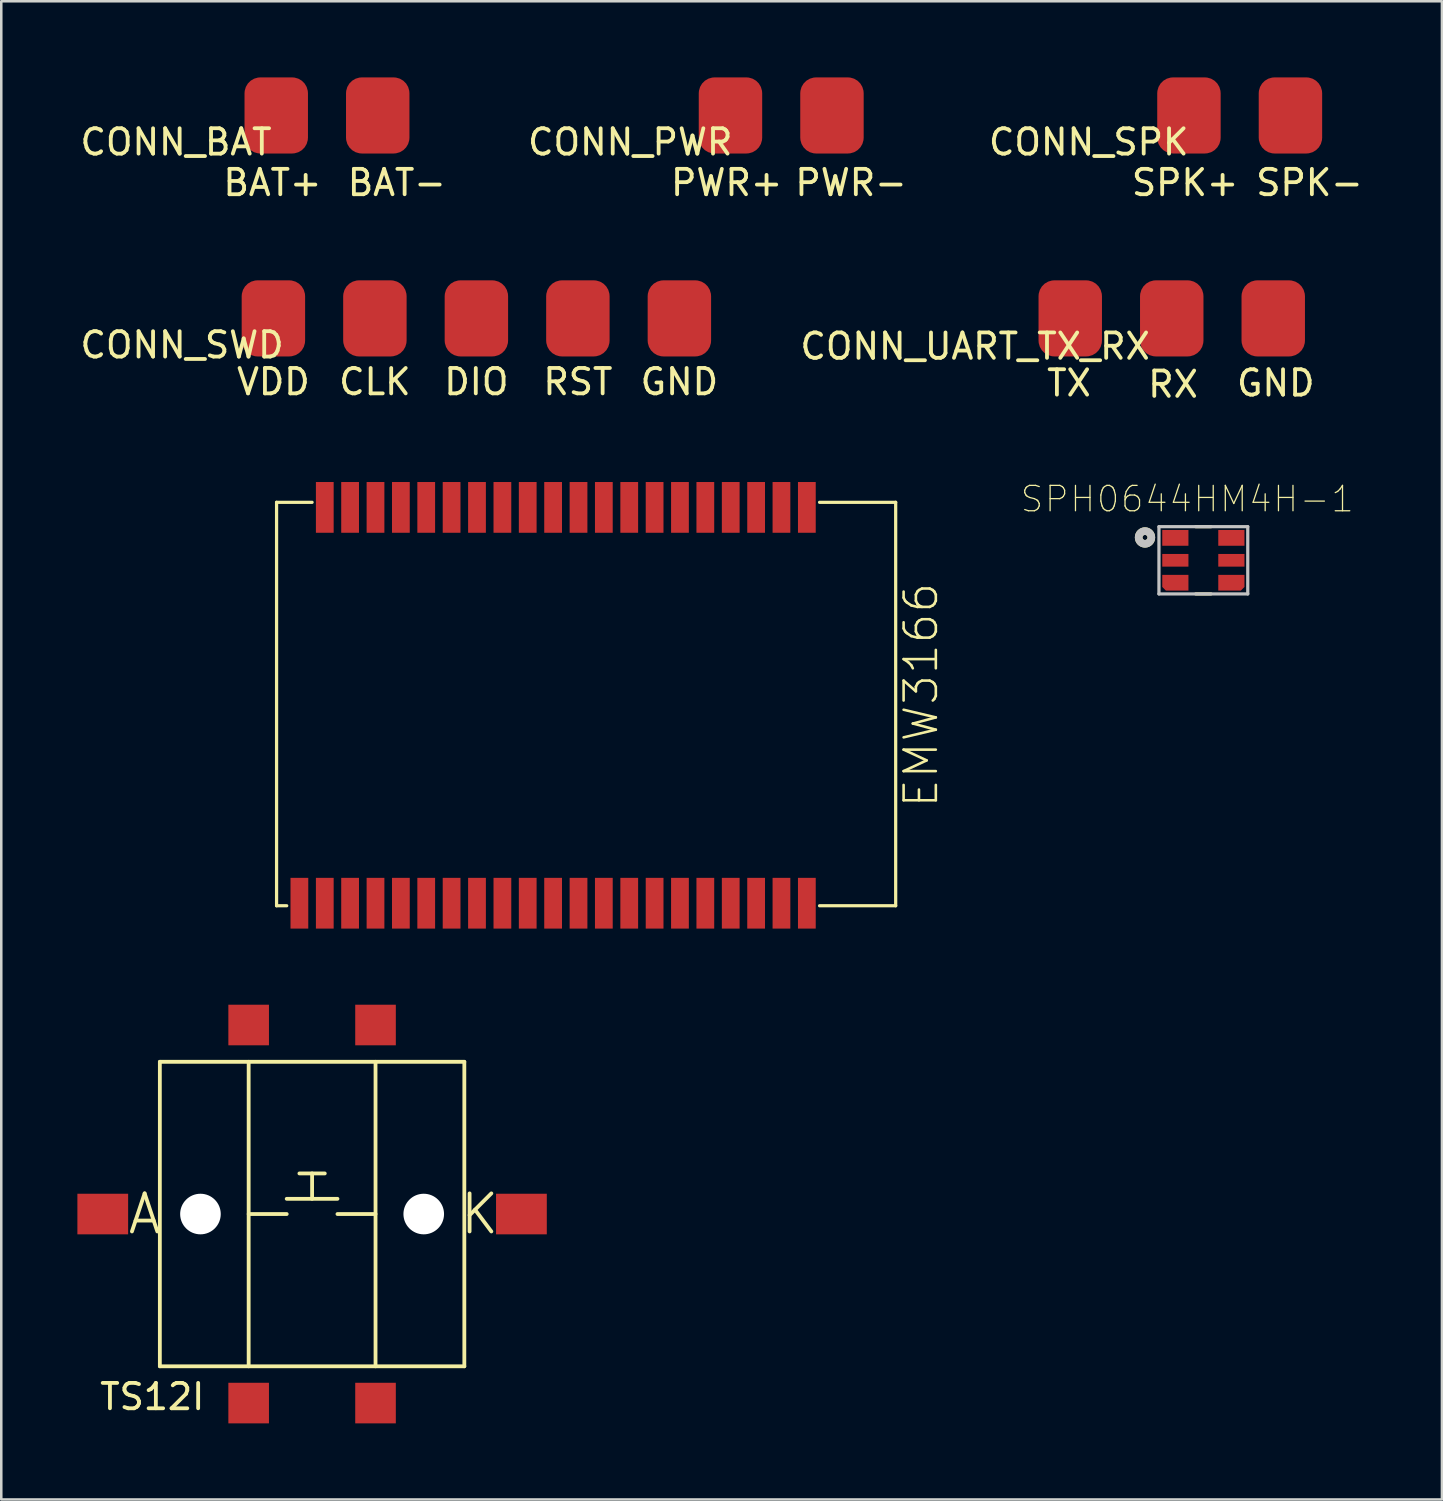
<source format=kicad_pcb>
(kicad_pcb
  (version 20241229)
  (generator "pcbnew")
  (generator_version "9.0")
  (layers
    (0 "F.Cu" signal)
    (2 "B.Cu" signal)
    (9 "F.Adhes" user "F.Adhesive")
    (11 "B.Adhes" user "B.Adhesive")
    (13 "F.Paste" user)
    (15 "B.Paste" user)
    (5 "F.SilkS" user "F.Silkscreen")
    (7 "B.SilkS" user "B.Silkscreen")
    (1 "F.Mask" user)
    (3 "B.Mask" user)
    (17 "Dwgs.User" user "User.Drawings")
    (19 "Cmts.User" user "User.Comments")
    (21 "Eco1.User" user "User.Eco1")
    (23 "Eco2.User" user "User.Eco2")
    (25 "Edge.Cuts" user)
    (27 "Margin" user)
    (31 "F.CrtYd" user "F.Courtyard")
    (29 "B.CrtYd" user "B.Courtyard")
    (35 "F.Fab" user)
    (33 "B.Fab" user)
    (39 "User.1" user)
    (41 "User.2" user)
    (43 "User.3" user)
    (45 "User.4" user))
  (footprint "TS12I"
    (layer "F.Cu")
    (at 9.25 44.797)
    (property "Reference" "TS12I" (at -6.3 7.2 0) (layer "F.SilkS") (effects (font (size 1 1) (thickness 0.15))))
    (attr through_hole)
    (fp_line (start -6 -6) (end 6 -6) (stroke (width 0.15) (type solid)) (layer "F.SilkS"))
    (fp_line (start -6 6) (end -6 -6) (stroke (width 0.15) (type solid)) (layer "F.SilkS"))
    (fp_line (start -2.5 -6) (end -2.5 6) (stroke (width 0.15) (type solid)) (layer "F.SilkS"))
    (fp_line (start -2.5 0) (end -1 0) (stroke (width 0.15) (type solid)) (layer "F.SilkS"))
    (fp_line (start -1 -0.6) (end 1 -0.6) (stroke (width 0.15) (type solid)) (layer "F.SilkS"))
    (fp_line (start -0.5 -1.6) (end 0.5 -1.6) (stroke (width 0.15) (type solid)) (layer "F.SilkS"))
    (fp_line (start 0 -0.6) (end 0 -1.6) (stroke (width 0.15) (type solid)) (layer "F.SilkS"))
    (fp_line (start 2.5 -6) (end 2.5 6) (stroke (width 0.15) (type solid)) (layer "F.SilkS"))
    (fp_line (start 2.5 0) (end 1 0) (stroke (width 0.15) (type solid)) (layer "F.SilkS"))
    (fp_line (start 6 -6) (end 6 6) (stroke (width 0.15) (type solid)) (layer "F.SilkS"))
    (fp_line (start 6 6) (end -6 6) (stroke (width 0.15) (type solid)) (layer "F.SilkS"))
    (fp_text user "K" (at 6.6 0 0) (layer "F.SilkS") (effects (font (size 1.5 1.5) (thickness 0.15))))
    (fp_text user "A" (at -6.6 0 0) (layer "F.SilkS") (effects (font (size 1.5 1.5) (thickness 0.15))))
    (pad "" np_thru_hole circle (at -4.4 0) (size 1.6 1.6) (drill 1.6) (layers "*.Cu" "*.Mask"))
    (pad "" np_thru_hole circle (at 4.4 0) (size 1.6 1.6) (drill 1.6) (layers "*.Cu" "*.Mask"))
    (pad "1" smd rect (at -2.5 7.45) (size 1.6 1.6) (layers "F.Cu" "F.Mask" "F.Paste"))
    (pad "2" smd rect (at -2.5 -7.45) (size 1.6 1.6) (layers "F.Cu" "F.Mask" "F.Paste"))
    (pad "3" smd rect (at 2.5 7.45) (size 1.6 1.6) (layers "F.Cu" "F.Mask" "F.Paste"))
    (pad "4" smd rect (at 2.5 -7.45) (size 1.6 1.6) (layers "F.Cu" "F.Mask" "F.Paste"))
    (pad "5" smd rect (at -8.25 0) (size 2 1.6) (layers "F.Cu" "F.Mask" "F.Paste"))
    (pad "6" smd rect (at 8.25 0) (size 2 1.6) (layers "F.Cu" "F.Mask" "F.Paste")))
  (footprint "CONN_PWR"
    (layer "F.Cu")
    (at 27.739 1.5)
    (property "Reference" "CONN_PWR" (at -5.95 1.05 0) (layer "F.SilkS") (effects (font (size 1 1) (thickness 0.15))))
    (attr through_hole)
    (fp_text user "PWR+" (at -2.15 2.65 0) (layer "F.SilkS") (effects (font (size 1 1) (thickness 0.15))))
    (fp_text user "PWR-" (at 2.75 2.65 0) (layer "F.SilkS") (effects (font (size 1 1) (thickness 0.15))))
    (pad "1" smd roundrect (at -2 0) (size 2.5 3) (layers "F.Cu" "F.Mask" "F.Paste") (roundrect_rratio 0.25))
    (pad "2" smd roundrect (at 2 0) (size 2.5 3) (layers "F.Cu" "F.Mask" "F.Paste") (roundrect_rratio 0.25)))
  (footprint "CONN_SWD"
    (layer "F.Cu")
    (at 13.725 9.498)
    (property "Reference" "CONN_SWD" (at -9.6 1.05 0) (layer "F.SilkS") (effects (font (size 1 1) (thickness 0.15))))
    (attr through_hole)
    (fp_text user "DIO" (at 2 2.5 0) (layer "F.SilkS") (effects (font (size 1 1) (thickness 0.15))))
    (fp_text user "CLK" (at -2 2.5 0) (layer "F.SilkS") (effects (font (size 1 1) (thickness 0.15))))
    (fp_text user "VDD" (at -6 2.5 0) (layer "F.SilkS") (effects (font (size 1 1) (thickness 0.15))))
    (fp_text user "GND" (at 10 2.5 0) (layer "F.SilkS") (effects (font (size 1 1) (thickness 0.15))))
    (fp_text user "RST" (at 6 2.5 0) (layer "F.SilkS") (effects (font (size 1 1) (thickness 0.15))))
    (pad "1" smd roundrect (at -6 0) (size 2.5 3) (layers "F.Cu" "F.Mask" "F.Paste") (roundrect_rratio 0.25))
    (pad "2" smd roundrect (at -2 0) (size 2.5 3) (layers "F.Cu" "F.Mask" "F.Paste") (roundrect_rratio 0.25))
    (pad "3" smd roundrect (at 2 0) (size 2.5 3) (layers "F.Cu" "F.Mask" "F.Paste") (roundrect_rratio 0.25))
    (pad "4" smd roundrect (at 6 0) (size 2.5 3) (layers "F.Cu" "F.Mask" "F.Paste") (roundrect_rratio 0.25))
    (pad "5" smd roundrect (at 10 0) (size 2.5 3) (layers "F.Cu" "F.Mask" "F.Paste") (roundrect_rratio 0.25)))
  (footprint "CONN_UART_TX_RX"
    (layer "F.Cu")
    (at 43.13 9.498)
    (property "Reference" "CONN_UART_TX_RX" (at -7.75 1.1 0) (layer "F.SilkS") (effects (font (size 1 1) (thickness 0.15))))
    (attr through_hole)
    (fp_text user "RX" (at 0.05 2.6 0) (layer "F.SilkS") (effects (font (size 1 1) (thickness 0.15))))
    (fp_text user "GND" (at 4.1 2.55 0) (layer "F.SilkS") (effects (font (size 1 1) (thickness 0.15))))
    (fp_text user "TX" (at -4.05 2.55 0) (layer "F.SilkS") (effects (font (size 1 1) (thickness 0.15))))
    (pad "1" smd roundrect (at -4 0) (size 2.5 3) (layers "F.Cu" "F.Mask" "F.Paste") (roundrect_rratio 0.25))
    (pad "2" smd roundrect (at 0 0) (size 2.5 3) (layers "F.Cu" "F.Mask" "F.Paste") (roundrect_rratio 0.25))
    (pad "3" smd roundrect (at 4 0) (size 2.5 3) (layers "F.Cu" "F.Mask" "F.Paste") (roundrect_rratio 0.25)))
  (footprint "SPH0644HM4H-1"
    (layer "F.Cu")
    (at 44.376 19.032)
    (property "Reference" "SPH0644HM4H-1" (at -0.635 -2.413 0) (layer "F.SilkS") (effects (font (size 1 1) (thickness 0.05))))
    (attr smd)
    (fp_poly (pts (xy -1.62 1.051) (xy -1.62 0.573) (xy -0.588 0.573) (xy -0.588 1.195) (xy -1.476 1.195)) (stroke (width 0.0001) (type solid)) (fill yes) (layer "F.Cu"))
    (fp_poly (pts (xy 1.62 1.051) (xy 1.62 0.573) (xy 0.588 0.573) (xy 0.588 1.195) (xy 1.476 1.195)) (stroke (width 0.0001) (type solid)) (fill yes) (layer "F.Cu"))
    (fp_poly (pts (xy -1.72 1.065) (xy -1.72 0.473) (xy -0.488 0.473) (xy -0.488 1.295) (xy -1.49 1.295)) (stroke (width 0.0001) (type solid)) (fill yes) (layer "F.Mask"))
    (fp_poly (pts (xy 1.72 1.065) (xy 1.72 0.473) (xy 0.488 0.473) (xy 0.488 1.295) (xy 1.49 1.295)) (stroke (width 0.0001) (type solid)) (fill yes) (layer "F.Mask"))
    (fp_line (start -0.3 -1.325) (end 0.3 -1.325) (stroke (width 0.127) (type solid)) (layer "F.SilkS"))
    (fp_line (start -0.3 1.325) (end 0.3 1.325) (stroke (width 0.127) (type solid)) (layer "F.SilkS"))
    (fp_circle (center -2.3 -0.9) (end -2.2 -0.9) (stroke (width 0.3) (type solid)) (fill no) (layer "F.SilkS"))
    (fp_poly (pts (xy -1.62 1.051) (xy -1.62 0.573) (xy -0.588 0.573) (xy -0.588 1.195) (xy -1.476 1.195)) (stroke (width 0.0001) (type solid)) (fill yes) (layer "F.Paste"))
    (fp_poly (pts (xy 1.62 1.051) (xy 1.62 0.573) (xy 0.588 0.573) (xy 0.588 1.195) (xy 1.476 1.195)) (stroke (width 0.0001) (type solid)) (fill yes) (layer "F.Paste"))
    (fp_line (start -1.75 -1.325) (end 1.75 -1.325) (stroke (width 0.127) (type solid)) (layer "Dwgs.User"))
    (fp_line (start -1.75 1.325) (end -1.75 -1.325) (stroke (width 0.127) (type solid)) (layer "Dwgs.User"))
    (fp_line (start 1.75 -1.325) (end 1.75 1.325) (stroke (width 0.127) (type solid)) (layer "Dwgs.User"))
    (fp_line (start 1.75 1.325) (end -1.75 1.325) (stroke (width 0.127) (type solid)) (layer "Dwgs.User"))
    (fp_circle (center -2.3 -0.9) (end -2.2 -0.9) (stroke (width 0.3) (type solid)) (fill no) (layer "Dwgs.User"))
    (fp_line (start -2 -1.575) (end 2 -1.575) (stroke (width 0.05) (type solid)) (layer "Eco1.User"))
    (fp_line (start -2 1.575) (end -2 -1.575) (stroke (width 0.05) (type solid)) (layer "Eco1.User"))
    (fp_line (start 2 -1.575) (end 2 1.575) (stroke (width 0.05) (type solid)) (layer "Eco1.User"))
    (fp_line (start 2 1.575) (end -2 1.575) (stroke (width 0.05) (type solid)) (layer "Eco1.User"))
    (pad "1" smd rect (at -1.104 -0.884 90) (size 0.622 1.032) (layers "F.Cu" "F.Mask" "F.Paste"))
    (pad "2" smd rect (at -1.104 0 90) (size 0.5 1.032) (layers "F.Cu" "F.Mask" "F.Paste"))
    (pad "3" smd rect (at -1.104 0.884 90) (size 0.2 0.2) (layers "F.Cu" "F.Mask" "F.Paste"))
    (pad "4" smd rect (at 1.104 0.884) (size 0.2 0.2) (layers "F.Cu" "F.Mask" "F.Paste"))
    (pad "5" smd rect (at 1.104 0 90) (size 0.5 1.032) (layers "F.Cu" "F.Mask" "F.Paste"))
    (pad "6" smd rect (at 1.104 -0.884 90) (size 0.622 1.032) (layers "F.Cu" "F.Mask" "F.Paste")))
  (footprint "CONN_SPK"
    (layer "F.Cu")
    (at 45.808 1.5)
    (property "Reference" "CONN_SPK" (at -5.95 1.05 0) (layer "F.SilkS") (effects (font (size 1 1) (thickness 0.15))))
    (attr through_hole)
    (fp_text user "SPK+" (at -2.15 2.65 0) (layer "F.SilkS") (effects (font (size 1 1) (thickness 0.15))))
    (fp_text user "SPK-" (at 2.75 2.65 0) (layer "F.SilkS") (effects (font (size 1 1) (thickness 0.15))))
    (pad "1" smd roundrect (at -2 0) (size 2.5 3) (layers "F.Cu" "F.Mask" "F.Paste") (roundrect_rratio 0.25))
    (pad "2" smd roundrect (at 2 0) (size 2.5 3) (layers "F.Cu" "F.Mask" "F.Paste") (roundrect_rratio 0.25)))
  (footprint "CONN_BAT"
    (layer "F.Cu")
    (at 9.837 1.5)
    (property "Reference" "CONN_BAT" (at -5.95 1.05 0) (layer "F.SilkS") (effects (font (size 1 1) (thickness 0.15))))
    (attr through_hole)
    (fp_text user "BAT-" (at 2.75 2.65 0) (layer "F.SilkS") (effects (font (size 1 1) (thickness 0.15))))
    (fp_text user "BAT+" (at -2.15 2.65 0) (layer "F.SilkS") (effects (font (size 1 1) (thickness 0.15))))
    (pad "1" smd roundrect (at -2 0) (size 2.5 3) (layers "F.Cu" "F.Mask" "F.Paste") (roundrect_rratio 0.25))
    (pad "2" smd roundrect (at 2 0) (size 2.5 3) (layers "F.Cu" "F.Mask" "F.Paste") (roundrect_rratio 0.25)))
  (footprint "EMW3166"
    (layer "F.Cu")
    (at 0.25 32.547)
    (property "Reference" "EMW3166" (at 33 -8.2 90) (layer "F.SilkS") (effects (font (size 1.27 1.27) (thickness 0.102))))
    (attr smd)
    (fp_line (start 7.6 -15.8) (end 7.6 0.1) (stroke (width 0.127) (type solid)) (layer "F.SilkS"))
    (fp_line (start 7.6 -15.8) (end 9 -15.8) (stroke (width 0.127) (type solid)) (layer "F.SilkS"))
    (fp_line (start 8 0.1) (end 7.6 0.1) (stroke (width 0.127) (type solid)) (layer "F.SilkS"))
    (fp_line (start 29 -15.8) (end 31.999 -15.8) (stroke (width 0.127) (type solid)) (layer "F.SilkS"))
    (fp_line (start 31.999 0.1) (end 29 0.1) (stroke (width 0.127) (type solid)) (layer "F.SilkS"))
    (fp_line (start 32 -15.8) (end 32 0.1) (stroke (width 0.127) (type solid)) (layer "F.SilkS"))
    (pad "1" smd rect (at 28.499 -15.6 90) (size 2 0.7) (layers "F.Cu" "F.Mask" "F.Paste"))
    (pad "2" smd rect (at 27.498 -15.6 90) (size 2 0.7) (layers "F.Cu" "F.Mask" "F.Paste"))
    (pad "3" smd rect (at 26.5 -15.6 90) (size 2 0.7) (layers "F.Cu" "F.Mask" "F.Paste"))
    (pad "4" smd rect (at 25.499 -15.6 90) (size 2 0.7) (layers "F.Cu" "F.Mask" "F.Paste"))
    (pad "5" smd rect (at 24.498 -15.6 90) (size 2 0.7) (layers "F.Cu" "F.Mask" "F.Paste"))
    (pad "6" smd rect (at 23.498 -15.6 90) (size 2 0.7) (layers "F.Cu" "F.Mask" "F.Paste"))
    (pad "7" smd rect (at 22.499 -15.6 90) (size 2 0.7) (layers "F.Cu" "F.Mask" "F.Paste"))
    (pad "8" smd rect (at 21.499 -15.6 90) (size 2 0.7) (layers "F.Cu" "F.Mask" "F.Paste"))
    (pad "9" smd rect (at 20.498 -15.6 90) (size 2 0.7) (layers "F.Cu" "F.Mask" "F.Paste"))
    (pad "10" smd rect (at 19.5 -15.6 90) (size 2 0.7) (layers "F.Cu" "F.Mask" "F.Paste"))
    (pad "11" smd rect (at 18.499 -15.6 90) (size 2 0.7) (layers "F.Cu" "F.Mask" "F.Paste"))
    (pad "12" smd rect (at 17.498 -15.6 90) (size 2 0.7) (layers "F.Cu" "F.Mask" "F.Paste"))
    (pad "13" smd rect (at 16.5 -15.6 90) (size 2 0.7) (layers "F.Cu" "F.Mask" "F.Paste"))
    (pad "14" smd rect (at 15.499 -15.6 90) (size 2 0.7) (layers "F.Cu" "F.Mask" "F.Paste"))
    (pad "15" smd rect (at 14.498 -15.6 90) (size 2 0.7) (layers "F.Cu" "F.Mask" "F.Paste"))
    (pad "16" smd rect (at 13.498 -15.6 90) (size 2 0.7) (layers "F.Cu" "F.Mask" "F.Paste"))
    (pad "17" smd rect (at 12.499 -15.6 90) (size 2 0.7) (layers "F.Cu" "F.Mask" "F.Paste"))
    (pad "18" smd rect (at 11.499 -15.6 90) (size 2 0.7) (layers "F.Cu" "F.Mask" "F.Paste"))
    (pad "19" smd rect (at 10.498 -15.6 90) (size 2 0.7) (layers "F.Cu" "F.Mask" "F.Paste"))
    (pad "20" smd rect (at 9.5 -15.6 90) (size 2 0.7) (layers "F.Cu" "F.Mask" "F.Paste"))
    (pad "21" smd rect (at 9.5 0 90) (size 2 0.7) (layers "F.Cu" "F.Mask" "F.Paste"))
    (pad "22" smd rect (at 10.498 0 90) (size 2 0.7) (layers "F.Cu" "F.Mask" "F.Paste"))
    (pad "23" smd rect (at 11.499 0 90) (size 2 0.7) (layers "F.Cu" "F.Mask" "F.Paste"))
    (pad "24" smd rect (at 12.499 0 90) (size 2 0.7) (layers "F.Cu" "F.Mask" "F.Paste"))
    (pad "25" smd rect (at 13.498 0 90) (size 2 0.7) (layers "F.Cu" "F.Mask" "F.Paste"))
    (pad "26" smd rect (at 14.498 0 90) (size 2 0.7) (layers "F.Cu" "F.Mask" "F.Paste"))
    (pad "27" smd rect (at 15.499 0 90) (size 2 0.7) (layers "F.Cu" "F.Mask" "F.Paste"))
    (pad "28" smd rect (at 16.5 0 90) (size 2 0.7) (layers "F.Cu" "F.Mask" "F.Paste"))
    (pad "29" smd rect (at 17.498 0 90) (size 2 0.7) (layers "F.Cu" "F.Mask" "F.Paste"))
    (pad "30" smd rect (at 18.499 0 90) (size 2 0.7) (layers "F.Cu" "F.Mask" "F.Paste"))
    (pad "31" smd rect (at 19.5 0 90) (size 2 0.7) (layers "F.Cu" "F.Mask" "F.Paste"))
    (pad "32" smd rect (at 20.498 0 90) (size 2 0.7) (layers "F.Cu" "F.Mask" "F.Paste"))
    (pad "33" smd rect (at 21.499 0 90) (size 2 0.7) (layers "F.Cu" "F.Mask" "F.Paste"))
    (pad "34" smd rect (at 22.499 0 90) (size 2 0.7) (layers "F.Cu" "F.Mask" "F.Paste"))
    (pad "35" smd rect (at 23.498 0 90) (size 2 0.7) (layers "F.Cu" "F.Mask" "F.Paste"))
    (pad "36" smd rect (at 24.498 0 90) (size 2 0.7) (layers "F.Cu" "F.Mask" "F.Paste"))
    (pad "37" smd rect (at 25.499 0 90) (size 2 0.7) (layers "F.Cu" "F.Mask" "F.Paste"))
    (pad "38" smd rect (at 26.5 0 90) (size 2 0.7) (layers "F.Cu" "F.Mask" "F.Paste"))
    (pad "39" smd rect (at 27.498 0 90) (size 2 0.7) (layers "F.Cu" "F.Mask" "F.Paste"))
    (pad "40" smd rect (at 28.499 0 90) (size 2 0.7) (layers "F.Cu" "F.Mask" "F.Paste"))
    (pad "41" smd rect (at 8.499 0 90) (size 2 0.7) (layers "F.Cu" "F.Mask" "F.Paste")))
  (gr_rect
    (start -3 -3)
    (end 53.779 56.047)
    (stroke (width 0.1) (type default))
    (fill no)
    (layer "Edge.Cuts")))
</source>
